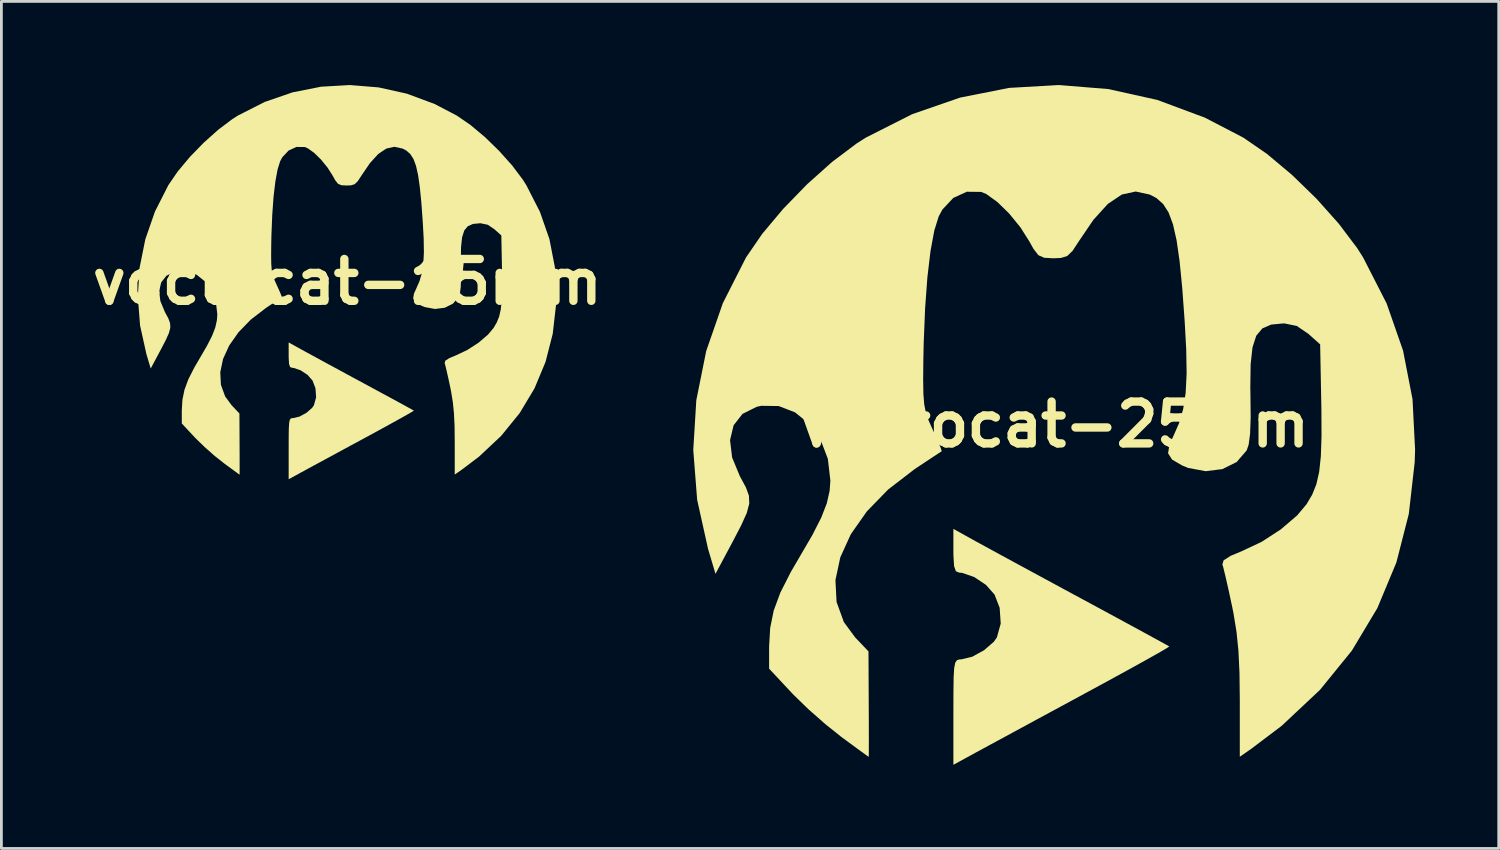
<source format=kicad_pcb>
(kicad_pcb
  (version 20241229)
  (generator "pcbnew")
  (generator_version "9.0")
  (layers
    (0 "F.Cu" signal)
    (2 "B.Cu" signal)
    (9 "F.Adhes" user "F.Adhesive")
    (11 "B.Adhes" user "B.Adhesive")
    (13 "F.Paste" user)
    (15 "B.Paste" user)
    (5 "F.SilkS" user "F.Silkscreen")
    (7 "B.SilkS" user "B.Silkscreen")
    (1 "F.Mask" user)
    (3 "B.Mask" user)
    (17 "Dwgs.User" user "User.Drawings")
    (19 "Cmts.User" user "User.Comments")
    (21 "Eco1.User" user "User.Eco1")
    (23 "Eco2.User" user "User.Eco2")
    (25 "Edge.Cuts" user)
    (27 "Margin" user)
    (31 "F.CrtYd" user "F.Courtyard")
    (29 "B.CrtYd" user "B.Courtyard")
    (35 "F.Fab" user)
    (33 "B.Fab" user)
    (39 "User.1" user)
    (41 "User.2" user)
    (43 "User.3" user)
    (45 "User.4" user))
  (footprint "voctocat-25mm"
    (layer "F.Cu")
    (at 34.772 12.174)
    (property "Reference" "voctocat-25mm" (at 0 0 0) (layer "F.SilkS") (effects (font (size 1.5 1.5) (thickness 0.3))))
    (attr board_only exclude_from_pos_files exclude_from_bom)
    (fp_poly (pts (xy -2.819 4.194) (xy -2.482 4.378) (xy -1.958 4.664) (xy -1.288 5.028) (xy -0.513 5.448) (xy 0.326 5.902) (xy 1.037 6.286) (xy 1.846 6.723) (xy 2.576 7.119) (xy 3.198 7.457) (xy 3.682 7.721) (xy 3.998 7.895) (xy 4.115 7.961) (xy 4.014 8.028) (xy 3.715 8.202) (xy 3.245 8.466) (xy 2.634 8.804) (xy 1.91 9.2) (xy 1.103 9.638) (xy 1.069 9.657) (xy 0.204 10.125) (xy -0.63 10.576) (xy -1.393 10.99) (xy -2.045 11.343) (xy -2.543 11.613) (xy -2.819 11.763) (xy -3.629 12.205) (xy -3.629 10.314) (xy -3.627 9.58) (xy -3.62 9.066) (xy -3.6 8.732) (xy -3.561 8.54) (xy -3.498 8.451) (xy -3.405 8.425) (xy -3.337 8.423) (xy -2.952 8.329) (xy -2.528 8.096) (xy -2.18 7.794) (xy -2.069 7.637) (xy -1.931 7.139) (xy -1.97 6.573) (xy -2.152 6.102) (xy -2.46 5.753) (xy -2.885 5.47) (xy -3.317 5.321) (xy -3.421 5.313) (xy -3.54 5.264) (xy -3.604 5.079) (xy -3.627 4.707) (xy -3.629 4.529) (xy -3.629 3.745)) (stroke (width 0) (type solid)) (fill yes) (layer "F.SilkS"))
    (fp_poly (pts (xy 1.929 -12.03) (xy 3.684 -11.64) (xy 5.395 -11.003) (xy 6.768 -10.289) (xy 7.614 -9.707) (xy 8.51 -8.956) (xy 9.39 -8.101) (xy 10.192 -7.203) (xy 10.851 -6.329) (xy 11.066 -5.99) (xy 11.91 -4.339) (xy 12.499 -2.648) (xy 12.838 -0.904) (xy 12.93 0.908) (xy 12.915 1.361) (xy 12.705 3.207) (xy 12.258 4.951) (xy 11.576 6.587) (xy 10.662 8.111) (xy 9.519 9.518) (xy 8.149 10.804) (xy 7.047 11.637) (xy 6.643 11.916) (xy 6.643 9.878) (xy 6.632 8.912) (xy 6.595 8.127) (xy 6.526 7.443) (xy 6.419 6.783) (xy 6.366 6.521) (xy 6.244 5.952) (xy 6.134 5.467) (xy 6.052 5.13) (xy 6.019 5.017) (xy 6.062 4.873) (xy 6.317 4.71) (xy 6.705 4.548) (xy 7.424 4.21) (xy 8.116 3.761) (xy 8.7 3.261) (xy 9.036 2.861) (xy 9.24 2.516) (xy 9.389 2.144) (xy 9.49 1.701) (xy 9.55 1.142) (xy 9.574 0.424) (xy 9.57 -0.499) (xy 9.566 -0.737) (xy 9.525 -2.873) (xy 9.102 -3.251) (xy 8.686 -3.534) (xy 8.245 -3.624) (xy 8.195 -3.624) (xy 7.768 -3.583) (xy 7.453 -3.446) (xy 7.234 -3.184) (xy 7.098 -2.765) (xy 7.032 -2.159) (xy 7.02 -1.336) (xy 7.025 -1.057) (xy 7.033 -0.249) (xy 7.012 0.333) (xy 6.961 0.723) (xy 6.891 0.929) (xy 6.531 1.346) (xy 6.021 1.6) (xy 5.42 1.675) (xy 4.79 1.558) (xy 4.576 1.47) (xy 4.213 1.258) (xy 4.07 1.032) (xy 4.123 0.719) (xy 4.252 0.434) (xy 4.464 -0.045) (xy 4.612 -0.55) (xy 4.701 -1.128) (xy 4.736 -1.825) (xy 4.722 -2.686) (xy 4.665 -3.718) (xy 4.578 -4.902) (xy 4.484 -5.856) (xy 4.376 -6.606) (xy 4.247 -7.179) (xy 4.088 -7.605) (xy 3.893 -7.909) (xy 3.653 -8.121) (xy 3.414 -8.246) (xy 2.908 -8.355) (xy 2.411 -8.247) (xy 1.91 -7.91) (xy 1.39 -7.336) (xy 0.883 -6.59) (xy 0.647 -6.23) (xy 0.455 -6.043) (xy 0.226 -5.972) (xy -0.044 -5.961) (xy -0.371 -5.979) (xy -0.579 -6.07) (xy -0.755 -6.296) (xy -0.901 -6.559) (xy -1.226 -7.072) (xy -1.63 -7.567) (xy -2.056 -7.983) (xy -2.447 -8.264) (xy -2.631 -8.341) (xy -3.149 -8.347) (xy -3.631 -8.126) (xy -4.022 -7.71) (xy -4.155 -7.464) (xy -4.313 -6.958) (xy -4.45 -6.221) (xy -4.561 -5.283) (xy -4.643 -4.171) (xy -4.694 -2.913) (xy -4.706 -2.333) (xy -4.713 -1.617) (xy -4.705 -1.1) (xy -4.675 -0.721) (xy -4.614 -0.42) (xy -4.515 -0.137) (xy -4.372 0.182) (xy -4.194 0.573) (xy -4.078 0.854) (xy -4.048 0.961) (xy -4.164 1.035) (xy -4.443 1.219) (xy -4.837 1.48) (xy -5.027 1.607) (xy -5.969 2.332) (xy -6.732 3.116) (xy -7.307 3.935) (xy -7.685 4.765) (xy -7.859 5.583) (xy -7.819 6.365) (xy -7.557 7.086) (xy -7.155 7.633) (xy -6.674 8.139) (xy -6.665 10.031) (xy -6.662 10.698) (xy -6.661 11.261) (xy -6.662 11.677) (xy -6.664 11.898) (xy -6.665 11.922) (xy -6.766 11.851) (xy -7.03 11.659) (xy -7.409 11.381) (xy -7.647 11.206) (xy -8.217 10.751) (xy -8.83 10.211) (xy -9.364 9.692) (xy -9.428 9.624) (xy -10.238 8.759) (xy -10.238 7.964) (xy -10.2 7.299) (xy -10.073 6.674) (xy -9.833 6.026) (xy -9.459 5.289) (xy -9.135 4.734) (xy -8.683 3.958) (xy -8.368 3.34) (xy -8.169 2.829) (xy -8.067 2.375) (xy -8.041 2.009) (xy -8.131 1.233) (xy -8.393 0.546) (xy -8.796 -0.02) (xy -9.306 -0.434) (xy -9.892 -0.661) (xy -10.52 -0.67) (xy -10.686 -0.633) (xy -11.192 -0.38) (xy -11.512 0.029) (xy -11.639 0.561) (xy -11.565 1.183) (xy -11.284 1.862) (xy -11.262 1.901) (xy -11.069 2.259) (xy -10.962 2.552) (xy -10.95 2.838) (xy -11.039 3.174) (xy -11.239 3.617) (xy -11.556 4.225) (xy -11.587 4.283) (xy -12.161 5.357) (xy -12.428 4.461) (xy -12.819 2.7) (xy -12.958 0.915) (xy -12.849 -0.871) (xy -12.494 -2.635) (xy -11.897 -4.352) (xy -11.066 -5.99) (xy -10.485 -6.837) (xy -9.734 -7.732) (xy -8.878 -8.613) (xy -7.981 -9.415) (xy -7.106 -10.074) (xy -6.768 -10.289) (xy -5.107 -11.129) (xy -3.387 -11.724) (xy -1.627 -12.072) (xy 0.152 -12.174)) (stroke (width 0) (type solid)) (fill yes) (layer "F.SilkS")))
  (footprint "voctocat-15mm"
    (layer "F.Cu")
    (at 9.407 7.06)
    (property "Reference" "voctocat-15mm" (at 0 0 0) (layer "F.SilkS") (effects (font (size 1.5 1.5) (thickness 0.3))))
    (attr board_only exclude_from_pos_files exclude_from_bom)
    (fp_poly (pts (xy -1.634 2.432) (xy -1.439 2.539) (xy -1.135 2.704) (xy -0.747 2.916) (xy -0.297 3.159) (xy 0.189 3.423) (xy 0.601 3.645) (xy 1.07 3.899) (xy 1.494 4.128) (xy 1.855 4.324) (xy 2.135 4.477) (xy 2.318 4.578) (xy 2.386 4.617) (xy 2.328 4.656) (xy 2.154 4.756) (xy 1.882 4.909) (xy 1.527 5.105) (xy 1.108 5.335) (xy 0.64 5.589) (xy 0.62 5.6) (xy 0.118 5.871) (xy -0.365 6.133) (xy -0.808 6.373) (xy -1.186 6.577) (xy -1.475 6.734) (xy -1.634 6.821) (xy -2.104 7.078) (xy -2.104 5.981) (xy -2.103 5.555) (xy -2.099 5.257) (xy -2.087 5.064) (xy -2.065 4.952) (xy -2.029 4.9) (xy -1.974 4.885) (xy -1.935 4.884) (xy -1.712 4.83) (xy -1.466 4.695) (xy -1.264 4.519) (xy -1.2 4.429) (xy -1.12 4.14) (xy -1.143 3.812) (xy -1.248 3.539) (xy -1.426 3.336) (xy -1.673 3.172) (xy -1.923 3.086) (xy -1.984 3.081) (xy -2.053 3.052) (xy -2.09 2.945) (xy -2.103 2.73) (xy -2.104 2.627) (xy -2.104 2.172)) (stroke (width 0) (type solid)) (fill yes) (layer "F.SilkS"))
    (fp_poly (pts (xy 1.119 -6.976) (xy 2.136 -6.75) (xy 3.129 -6.381) (xy 3.924 -5.966) (xy 4.415 -5.629) (xy 4.935 -5.194) (xy 5.445 -4.697) (xy 5.91 -4.177) (xy 6.292 -3.67) (xy 6.417 -3.473) (xy 6.906 -2.516) (xy 7.248 -1.536) (xy 7.444 -0.524) (xy 7.498 0.527) (xy 7.489 0.789) (xy 7.367 1.86) (xy 7.108 2.871) (xy 6.713 3.819) (xy 6.183 4.703) (xy 5.52 5.519) (xy 4.726 6.265) (xy 4.087 6.748) (xy 3.852 6.91) (xy 3.852 5.728) (xy 3.846 5.168) (xy 3.824 4.713) (xy 3.784 4.316) (xy 3.722 3.934) (xy 3.691 3.781) (xy 3.621 3.451) (xy 3.557 3.17) (xy 3.509 2.975) (xy 3.49 2.909) (xy 3.515 2.826) (xy 3.663 2.731) (xy 3.888 2.638) (xy 4.305 2.441) (xy 4.706 2.181) (xy 5.045 1.891) (xy 5.24 1.659) (xy 5.358 1.459) (xy 5.445 1.243) (xy 5.503 0.986) (xy 5.538 0.662) (xy 5.552 0.246) (xy 5.55 -0.289) (xy 5.547 -0.427) (xy 5.523 -1.666) (xy 5.278 -1.885) (xy 5.037 -2.049) (xy 4.781 -2.102) (xy 4.752 -2.102) (xy 4.505 -2.078) (xy 4.322 -1.998) (xy 4.195 -1.846) (xy 4.116 -1.603) (xy 4.078 -1.252) (xy 4.071 -0.775) (xy 4.074 -0.613) (xy 4.078 -0.145) (xy 4.066 0.193) (xy 4.036 0.419) (xy 3.996 0.539) (xy 3.787 0.781) (xy 3.492 0.928) (xy 3.143 0.971) (xy 2.777 0.903) (xy 2.653 0.852) (xy 2.443 0.73) (xy 2.36 0.598) (xy 2.391 0.417) (xy 2.466 0.252) (xy 2.588 -0.026) (xy 2.674 -0.319) (xy 2.726 -0.654) (xy 2.746 -1.058) (xy 2.738 -1.558) (xy 2.705 -2.156) (xy 2.655 -2.843) (xy 2.6 -3.396) (xy 2.538 -3.83) (xy 2.463 -4.163) (xy 2.371 -4.41) (xy 2.257 -4.586) (xy 2.118 -4.709) (xy 1.98 -4.782) (xy 1.686 -4.845) (xy 1.398 -4.782) (xy 1.108 -4.587) (xy 0.806 -4.254) (xy 0.512 -3.821) (xy 0.375 -3.613) (xy 0.264 -3.504) (xy 0.131 -3.463) (xy -0.025 -3.457) (xy -0.215 -3.467) (xy -0.336 -3.52) (xy -0.438 -3.651) (xy -0.522 -3.803) (xy -0.711 -4.101) (xy -0.945 -4.388) (xy -1.192 -4.629) (xy -1.419 -4.792) (xy -1.526 -4.837) (xy -1.826 -4.84) (xy -2.106 -4.712) (xy -2.332 -4.471) (xy -2.409 -4.328) (xy -2.501 -4.035) (xy -2.58 -3.608) (xy -2.645 -3.063) (xy -2.692 -2.418) (xy -2.722 -1.689) (xy -2.729 -1.353) (xy -2.733 -0.938) (xy -2.728 -0.638) (xy -2.711 -0.418) (xy -2.676 -0.244) (xy -2.618 -0.08) (xy -2.535 0.105) (xy -2.432 0.332) (xy -2.365 0.495) (xy -2.347 0.557) (xy -2.414 0.6) (xy -2.577 0.707) (xy -2.805 0.858) (xy -2.915 0.932) (xy -3.461 1.352) (xy -3.904 1.807) (xy -4.237 2.282) (xy -4.457 2.763) (xy -4.557 3.238) (xy -4.534 3.691) (xy -4.382 4.109) (xy -4.149 4.426) (xy -3.87 4.72) (xy -3.865 5.817) (xy -3.863 6.203) (xy -3.863 6.53) (xy -3.863 6.771) (xy -3.864 6.899) (xy -3.865 6.914) (xy -3.924 6.872) (xy -4.076 6.761) (xy -4.296 6.6) (xy -4.434 6.498) (xy -4.765 6.235) (xy -5.12 5.921) (xy -5.43 5.62) (xy -5.467 5.581) (xy -5.937 5.079) (xy -5.937 4.618) (xy -5.915 4.232) (xy -5.841 3.87) (xy -5.702 3.494) (xy -5.485 3.067) (xy -5.297 2.745) (xy -5.035 2.295) (xy -4.852 1.937) (xy -4.737 1.64) (xy -4.678 1.377) (xy -4.663 1.165) (xy -4.715 0.715) (xy -4.867 0.317) (xy -5.1 -0.012) (xy -5.396 -0.251) (xy -5.736 -0.383) (xy -6.1 -0.389) (xy -6.196 -0.367) (xy -6.49 -0.22) (xy -6.675 0.017) (xy -6.749 0.325) (xy -6.706 0.686) (xy -6.543 1.08) (xy -6.531 1.102) (xy -6.419 1.31) (xy -6.357 1.48) (xy -6.349 1.645) (xy -6.401 1.84) (xy -6.517 2.098) (xy -6.701 2.45) (xy -6.719 2.484) (xy -7.052 3.107) (xy -7.207 2.587) (xy -7.433 1.566) (xy -7.514 0.53) (xy -7.451 -0.505) (xy -7.245 -1.528) (xy -6.899 -2.524) (xy -6.417 -3.473) (xy -6.08 -3.964) (xy -5.645 -4.484) (xy -5.148 -4.994) (xy -4.628 -5.459) (xy -4.121 -5.841) (xy -3.924 -5.966) (xy -2.962 -6.454) (xy -1.964 -6.798) (xy -0.943 -7) (xy 0.088 -7.06)) (stroke (width 0) (type solid)) (fill yes) (layer "F.SilkS")))
  (gr_rect
    (start -3 -3)
    (end 50.702 27.38)
    (stroke (width 0.1) (type default))
    (fill no)
    (layer "Edge.Cuts")))
</source>
